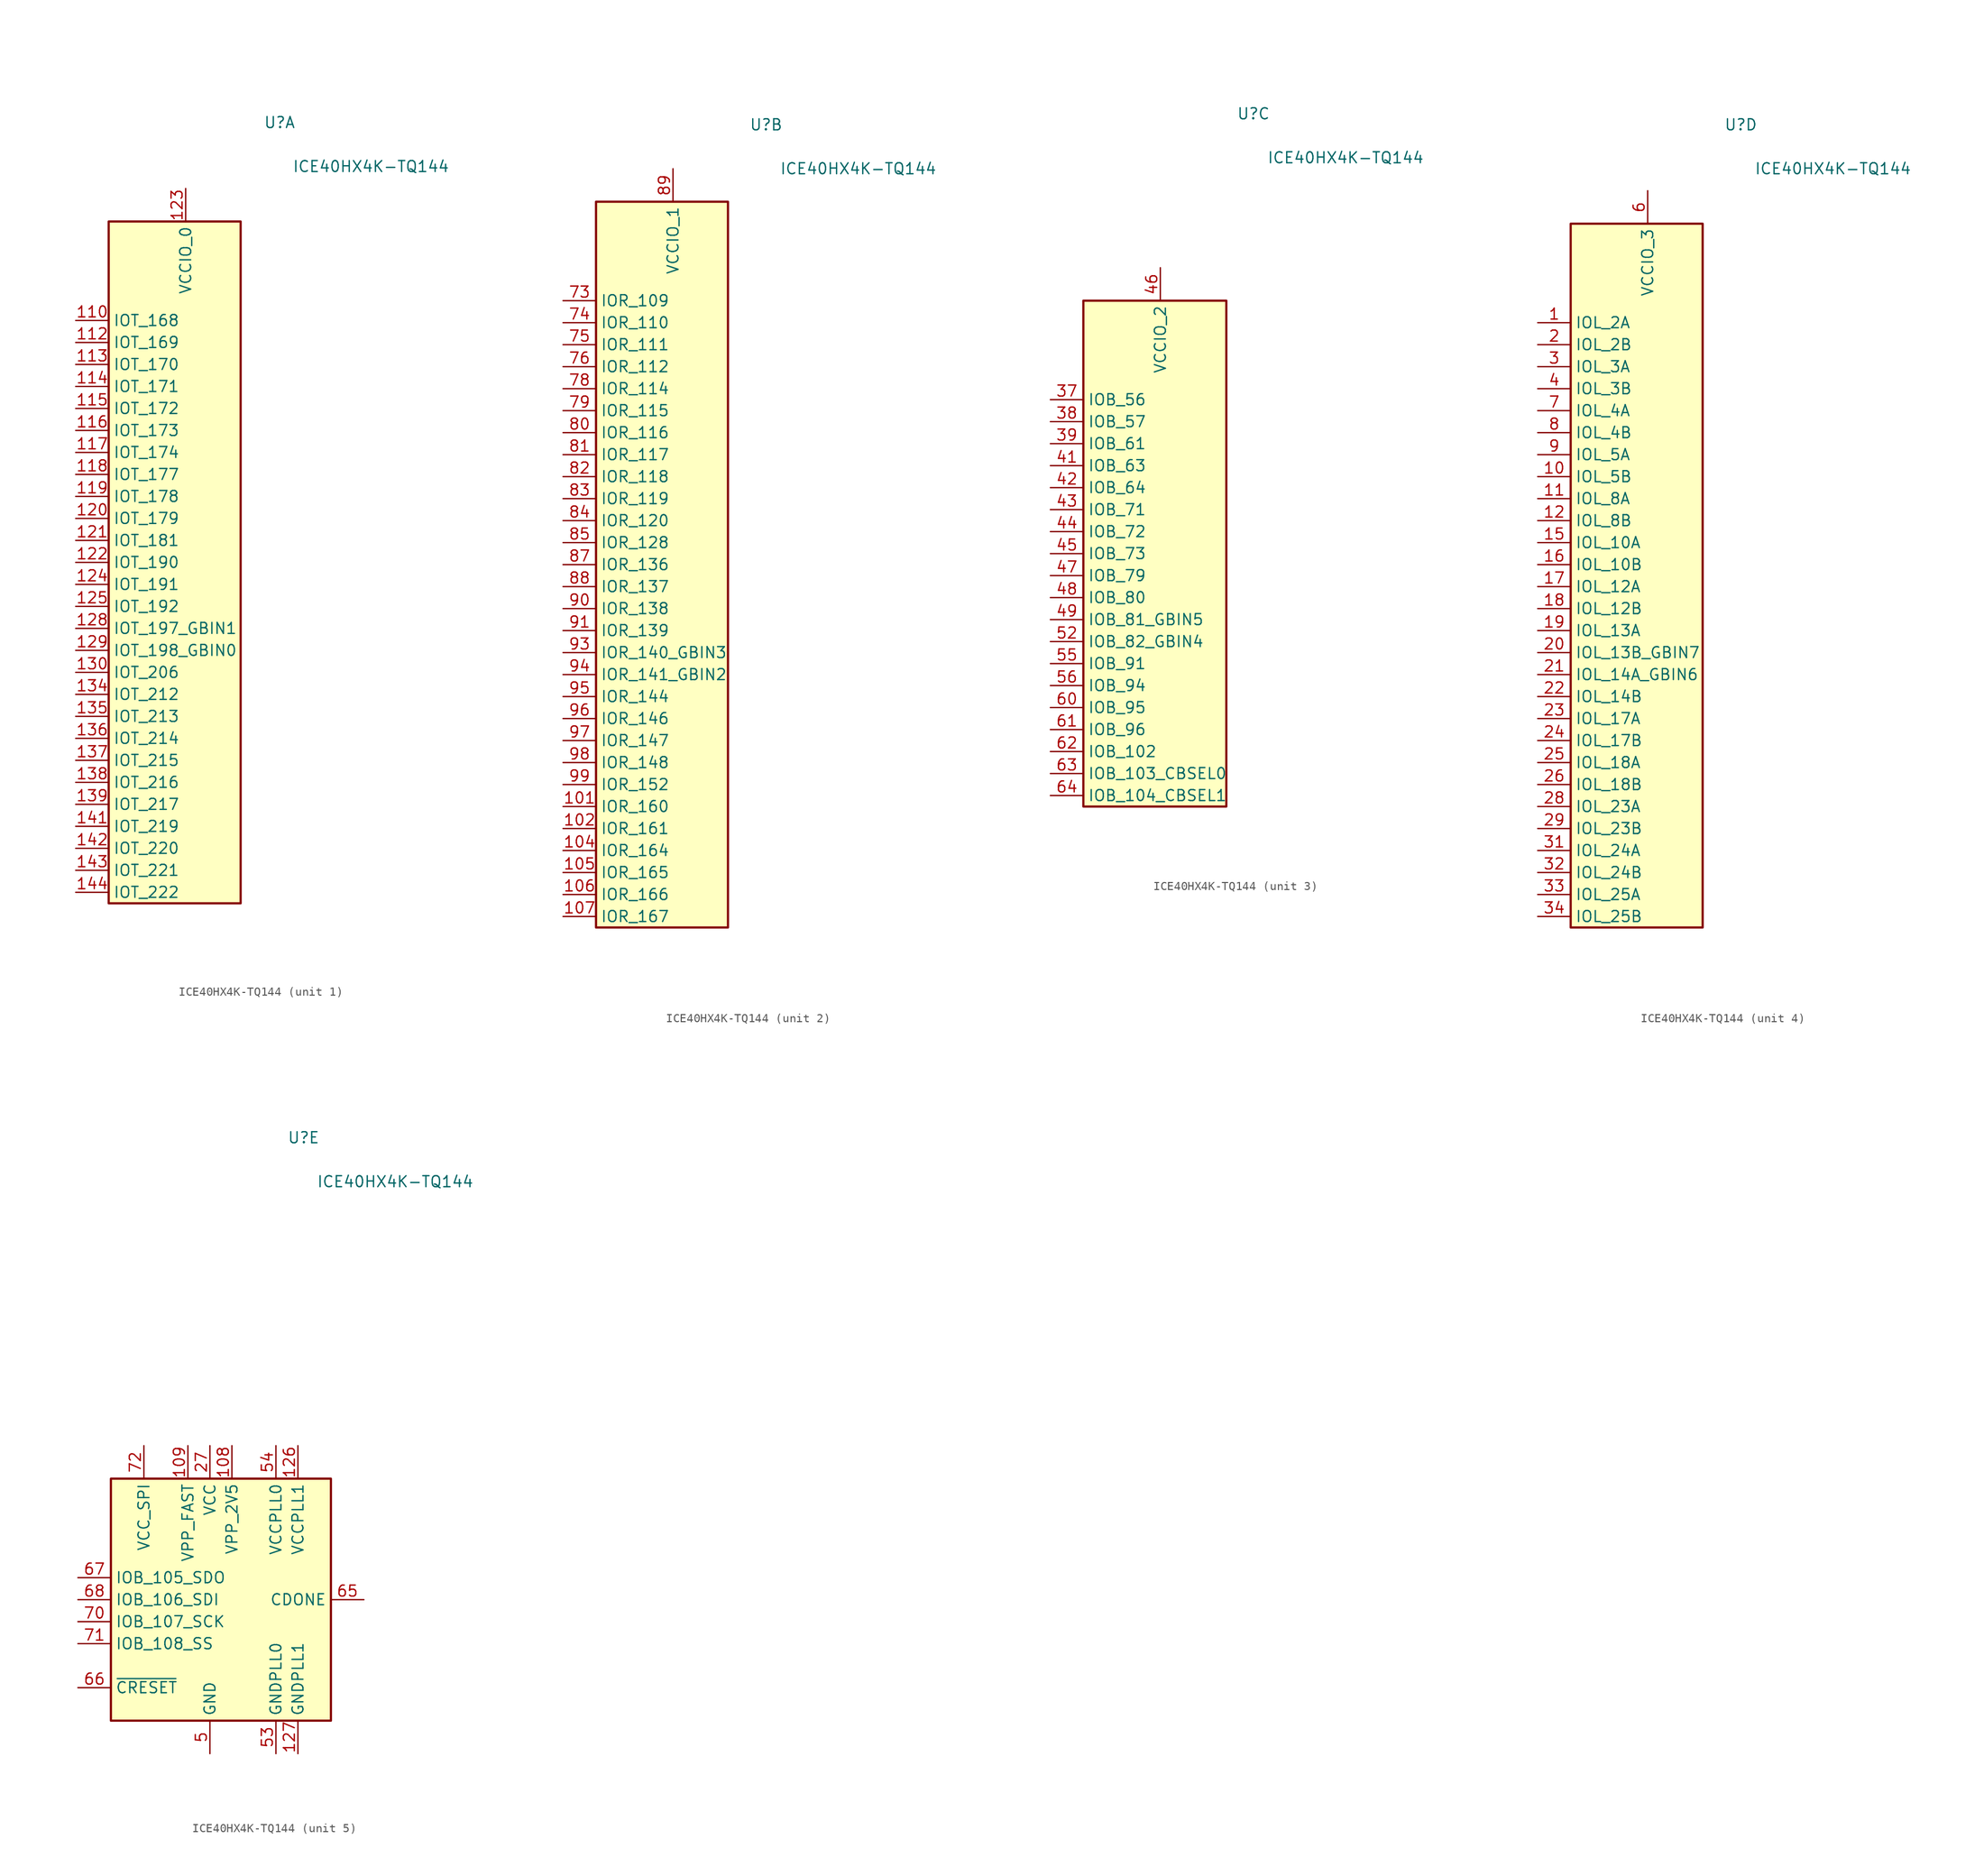
<source format=kicad_sym>
(kicad_symbol_lib
  (version 20201005)
  (generator kicad_symbol_editor)
  (symbol "FPGA_Lattice:ICE40HX4K-TQ144"
    (property "Reference" "U"
      (at 12.7 53.34 0)
      (effects (font (size 1.27 1.27)) (justify right)))
    (property "Value" "ICE40HX4K-TQ144"
      (at 30.48 48.26 0)
      (effects (font (size 1.27 1.27)) (justify right)))
    (property "ki_locked" ""
      (at 0 0 0)
      (effects (font (size 1.27 1.27))))
    (symbol "ICE40HX4K-TQ144_1_1"
      (rectangle (start -8.89 41.91) (end 6.35 -36.83) (stroke (width 0.254)) (fill (type background)))
      (pin bidirectional line (at -12.7 30.48 0) (length 3.81) (name "IOT_168" (effects (font (size 1.27 1.27)))) (number "110" (effects (font (size 1.27 1.27)))))
      (pin bidirectional line (at -12.7 27.94 0) (length 3.81) (name "IOT_169" (effects (font (size 1.27 1.27)))) (number "112" (effects (font (size 1.27 1.27)))))
      (pin bidirectional line (at -12.7 25.4 0) (length 3.81) (name "IOT_170" (effects (font (size 1.27 1.27)))) (number "113" (effects (font (size 1.27 1.27)))))
      (pin bidirectional line (at -12.7 22.86 0) (length 3.81) (name "IOT_171" (effects (font (size 1.27 1.27)))) (number "114" (effects (font (size 1.27 1.27)))))
      (pin bidirectional line (at -12.7 20.32 0) (length 3.81) (name "IOT_172" (effects (font (size 1.27 1.27)))) (number "115" (effects (font (size 1.27 1.27)))))
      (pin bidirectional line (at -12.7 17.78 0) (length 3.81) (name "IOT_173" (effects (font (size 1.27 1.27)))) (number "116" (effects (font (size 1.27 1.27)))))
      (pin bidirectional line (at -12.7 15.24 0) (length 3.81) (name "IOT_174" (effects (font (size 1.27 1.27)))) (number "117" (effects (font (size 1.27 1.27)))))
      (pin bidirectional line (at -12.7 12.7 0) (length 3.81) (name "IOT_177" (effects (font (size 1.27 1.27)))) (number "118" (effects (font (size 1.27 1.27)))))
      (pin bidirectional line (at -12.7 10.16 0) (length 3.81) (name "IOT_178" (effects (font (size 1.27 1.27)))) (number "119" (effects (font (size 1.27 1.27)))))
      (pin bidirectional line (at -12.7 7.62 0) (length 3.81) (name "IOT_179" (effects (font (size 1.27 1.27)))) (number "120" (effects (font (size 1.27 1.27)))))
      (pin bidirectional line (at -12.7 5.08 0) (length 3.81) (name "IOT_181" (effects (font (size 1.27 1.27)))) (number "121" (effects (font (size 1.27 1.27)))))
      (pin bidirectional line (at -12.7 2.54 0) (length 3.81) (name "IOT_190" (effects (font (size 1.27 1.27)))) (number "122" (effects (font (size 1.27 1.27)))))
      (pin power_in line (at 0 45.72 270) (length 3.81) (name "VCCIO_0" (effects (font (size 1.27 1.27)))) (number "123" (effects (font (size 1.27 1.27)))))
      (pin bidirectional line (at -12.7 0 0) (length 3.81) (name "IOT_191" (effects (font (size 1.27 1.27)))) (number "124" (effects (font (size 1.27 1.27)))))
      (pin bidirectional line (at -12.7 -2.54 0) (length 3.81) (name "IOT_192" (effects (font (size 1.27 1.27)))) (number "125" (effects (font (size 1.27 1.27)))))
      (pin bidirectional line (at -12.7 -5.08 0) (length 3.81) (name "IOT_197_GBIN1" (effects (font (size 1.27 1.27)))) (number "128" (effects (font (size 1.27 1.27)))))
      (pin bidirectional line (at -12.7 -7.62 0) (length 3.81) (name "IOT_198_GBIN0" (effects (font (size 1.27 1.27)))) (number "129" (effects (font (size 1.27 1.27)))))
      (pin bidirectional line (at -12.7 -10.16 0) (length 3.81) (name "IOT_206" (effects (font (size 1.27 1.27)))) (number "130" (effects (font (size 1.27 1.27)))))
      (pin passive line (at 0 45.72 270) (length 3.81) hide (name "VCCIO_0" (effects (font (size 1.27 1.27)))) (number "131" (effects (font (size 1.27 1.27)))))
      (pin bidirectional line (at -12.7 -12.7 0) (length 3.81) (name "IOT_212" (effects (font (size 1.27 1.27)))) (number "134" (effects (font (size 1.27 1.27)))))
      (pin bidirectional line (at -12.7 -15.24 0) (length 3.81) (name "IOT_213" (effects (font (size 1.27 1.27)))) (number "135" (effects (font (size 1.27 1.27)))))
      (pin bidirectional line (at -12.7 -17.78 0) (length 3.81) (name "IOT_214" (effects (font (size 1.27 1.27)))) (number "136" (effects (font (size 1.27 1.27)))))
      (pin bidirectional line (at -12.7 -20.32 0) (length 3.81) (name "IOT_215" (effects (font (size 1.27 1.27)))) (number "137" (effects (font (size 1.27 1.27)))))
      (pin bidirectional line (at -12.7 -22.86 0) (length 3.81) (name "IOT_216" (effects (font (size 1.27 1.27)))) (number "138" (effects (font (size 1.27 1.27)))))
      (pin bidirectional line (at -12.7 -25.4 0) (length 3.81) (name "IOT_217" (effects (font (size 1.27 1.27)))) (number "139" (effects (font (size 1.27 1.27)))))
      (pin bidirectional line (at -12.7 -27.94 0) (length 3.81) (name "IOT_219" (effects (font (size 1.27 1.27)))) (number "141" (effects (font (size 1.27 1.27)))))
      (pin bidirectional line (at -12.7 -30.48 0) (length 3.81) (name "IOT_220" (effects (font (size 1.27 1.27)))) (number "142" (effects (font (size 1.27 1.27)))))
      (pin bidirectional line (at -12.7 -33.02 0) (length 3.81) (name "IOT_221" (effects (font (size 1.27 1.27)))) (number "143" (effects (font (size 1.27 1.27)))))
      (pin bidirectional line (at -12.7 -35.56 0) (length 3.81) (name "IOT_222" (effects (font (size 1.27 1.27)))) (number "144" (effects (font (size 1.27 1.27))))))
    (symbol "ICE40HX4K-TQ144_2_1"
      (rectangle (start -8.89 44.45) (end 6.35 -39.37) (stroke (width 0.254)) (fill (type background)))
      (pin passive line (at 0 48.26 270) (length 3.81) hide (name "VCCIO_1" (effects (font (size 1.27 1.27)))) (number "100" (effects (font (size 1.27 1.27)))))
      (pin bidirectional line (at -12.7 -25.4 0) (length 3.81) (name "IOR_160" (effects (font (size 1.27 1.27)))) (number "101" (effects (font (size 1.27 1.27)))))
      (pin bidirectional line (at -12.7 -27.94 0) (length 3.81) (name "IOR_161" (effects (font (size 1.27 1.27)))) (number "102" (effects (font (size 1.27 1.27)))))
      (pin bidirectional line (at -12.7 -30.48 0) (length 3.81) (name "IOR_164" (effects (font (size 1.27 1.27)))) (number "104" (effects (font (size 1.27 1.27)))))
      (pin bidirectional line (at -12.7 -33.02 0) (length 3.81) (name "IOR_165" (effects (font (size 1.27 1.27)))) (number "105" (effects (font (size 1.27 1.27)))))
      (pin bidirectional line (at -12.7 -35.56 0) (length 3.81) (name "IOR_166" (effects (font (size 1.27 1.27)))) (number "106" (effects (font (size 1.27 1.27)))))
      (pin bidirectional line (at -12.7 -38.1 0) (length 3.81) (name "IOR_167" (effects (font (size 1.27 1.27)))) (number "107" (effects (font (size 1.27 1.27)))))
      (pin bidirectional line (at -12.7 33.02 0) (length 3.81) (name "IOR_109" (effects (font (size 1.27 1.27)))) (number "73" (effects (font (size 1.27 1.27)))))
      (pin bidirectional line (at -12.7 30.48 0) (length 3.81) (name "IOR_110" (effects (font (size 1.27 1.27)))) (number "74" (effects (font (size 1.27 1.27)))))
      (pin bidirectional line (at -12.7 27.94 0) (length 3.81) (name "IOR_111" (effects (font (size 1.27 1.27)))) (number "75" (effects (font (size 1.27 1.27)))))
      (pin bidirectional line (at -12.7 25.4 0) (length 3.81) (name "IOR_112" (effects (font (size 1.27 1.27)))) (number "76" (effects (font (size 1.27 1.27)))))
      (pin bidirectional line (at -12.7 22.86 0) (length 3.81) (name "IOR_114" (effects (font (size 1.27 1.27)))) (number "78" (effects (font (size 1.27 1.27)))))
      (pin bidirectional line (at -12.7 20.32 0) (length 3.81) (name "IOR_115" (effects (font (size 1.27 1.27)))) (number "79" (effects (font (size 1.27 1.27)))))
      (pin bidirectional line (at -12.7 17.78 0) (length 3.81) (name "IOR_116" (effects (font (size 1.27 1.27)))) (number "80" (effects (font (size 1.27 1.27)))))
      (pin bidirectional line (at -12.7 15.24 0) (length 3.81) (name "IOR_117" (effects (font (size 1.27 1.27)))) (number "81" (effects (font (size 1.27 1.27)))))
      (pin bidirectional line (at -12.7 12.7 0) (length 3.81) (name "IOR_118" (effects (font (size 1.27 1.27)))) (number "82" (effects (font (size 1.27 1.27)))))
      (pin bidirectional line (at -12.7 10.16 0) (length 3.81) (name "IOR_119" (effects (font (size 1.27 1.27)))) (number "83" (effects (font (size 1.27 1.27)))))
      (pin bidirectional line (at -12.7 7.62 0) (length 3.81) (name "IOR_120" (effects (font (size 1.27 1.27)))) (number "84" (effects (font (size 1.27 1.27)))))
      (pin bidirectional line (at -12.7 5.08 0) (length 3.81) (name "IOR_128" (effects (font (size 1.27 1.27)))) (number "85" (effects (font (size 1.27 1.27)))))
      (pin bidirectional line (at -12.7 2.54 0) (length 3.81) (name "IOR_136" (effects (font (size 1.27 1.27)))) (number "87" (effects (font (size 1.27 1.27)))))
      (pin bidirectional line (at -12.7 0 0) (length 3.81) (name "IOR_137" (effects (font (size 1.27 1.27)))) (number "88" (effects (font (size 1.27 1.27)))))
      (pin power_in line (at 0 48.26 270) (length 3.81) (name "VCCIO_1" (effects (font (size 1.27 1.27)))) (number "89" (effects (font (size 1.27 1.27)))))
      (pin bidirectional line (at -12.7 -2.54 0) (length 3.81) (name "IOR_138" (effects (font (size 1.27 1.27)))) (number "90" (effects (font (size 1.27 1.27)))))
      (pin bidirectional line (at -12.7 -5.08 0) (length 3.81) (name "IOR_139" (effects (font (size 1.27 1.27)))) (number "91" (effects (font (size 1.27 1.27)))))
      (pin bidirectional line (at -12.7 -7.62 0) (length 3.81) (name "IOR_140_GBIN3" (effects (font (size 1.27 1.27)))) (number "93" (effects (font (size 1.27 1.27)))))
      (pin bidirectional line (at -12.7 -10.16 0) (length 3.81) (name "IOR_141_GBIN2" (effects (font (size 1.27 1.27)))) (number "94" (effects (font (size 1.27 1.27)))))
      (pin bidirectional line (at -12.7 -12.7 0) (length 3.81) (name "IOR_144" (effects (font (size 1.27 1.27)))) (number "95" (effects (font (size 1.27 1.27)))))
      (pin bidirectional line (at -12.7 -15.24 0) (length 3.81) (name "IOR_146" (effects (font (size 1.27 1.27)))) (number "96" (effects (font (size 1.27 1.27)))))
      (pin bidirectional line (at -12.7 -17.78 0) (length 3.81) (name "IOR_147" (effects (font (size 1.27 1.27)))) (number "97" (effects (font (size 1.27 1.27)))))
      (pin bidirectional line (at -12.7 -20.32 0) (length 3.81) (name "IOR_148" (effects (font (size 1.27 1.27)))) (number "98" (effects (font (size 1.27 1.27)))))
      (pin bidirectional line (at -12.7 -22.86 0) (length 3.81) (name "IOR_152" (effects (font (size 1.27 1.27)))) (number "99" (effects (font (size 1.27 1.27))))))
    (symbol "ICE40HX4K-TQ144_3_1"
      (rectangle (start -8.89 31.75) (end 7.62 -26.67) (stroke (width 0.254)) (fill (type background)))
      (pin bidirectional line (at -12.7 20.32 0) (length 3.81) (name "IOB_56" (effects (font (size 1.27 1.27)))) (number "37" (effects (font (size 1.27 1.27)))))
      (pin bidirectional line (at -12.7 17.78 0) (length 3.81) (name "IOB_57" (effects (font (size 1.27 1.27)))) (number "38" (effects (font (size 1.27 1.27)))))
      (pin bidirectional line (at -12.7 15.24 0) (length 3.81) (name "IOB_61" (effects (font (size 1.27 1.27)))) (number "39" (effects (font (size 1.27 1.27)))))
      (pin bidirectional line (at -12.7 12.7 0) (length 3.81) (name "IOB_63" (effects (font (size 1.27 1.27)))) (number "41" (effects (font (size 1.27 1.27)))))
      (pin bidirectional line (at -12.7 10.16 0) (length 3.81) (name "IOB_64" (effects (font (size 1.27 1.27)))) (number "42" (effects (font (size 1.27 1.27)))))
      (pin bidirectional line (at -12.7 7.62 0) (length 3.81) (name "IOB_71" (effects (font (size 1.27 1.27)))) (number "43" (effects (font (size 1.27 1.27)))))
      (pin bidirectional line (at -12.7 5.08 0) (length 3.81) (name "IOB_72" (effects (font (size 1.27 1.27)))) (number "44" (effects (font (size 1.27 1.27)))))
      (pin bidirectional line (at -12.7 2.54 0) (length 3.81) (name "IOB_73" (effects (font (size 1.27 1.27)))) (number "45" (effects (font (size 1.27 1.27)))))
      (pin power_in line (at 0 35.56 270) (length 3.81) (name "VCCIO_2" (effects (font (size 1.27 1.27)))) (number "46" (effects (font (size 1.27 1.27)))))
      (pin bidirectional line (at -12.7 0 0) (length 3.81) (name "IOB_79" (effects (font (size 1.27 1.27)))) (number "47" (effects (font (size 1.27 1.27)))))
      (pin bidirectional line (at -12.7 -2.54 0) (length 3.81) (name "IOB_80" (effects (font (size 1.27 1.27)))) (number "48" (effects (font (size 1.27 1.27)))))
      (pin bidirectional line (at -12.7 -5.08 0) (length 3.81) (name "IOB_81_GBIN5" (effects (font (size 1.27 1.27)))) (number "49" (effects (font (size 1.27 1.27)))))
      (pin bidirectional line (at -12.7 -7.62 0) (length 3.81) (name "IOB_82_GBIN4" (effects (font (size 1.27 1.27)))) (number "52" (effects (font (size 1.27 1.27)))))
      (pin bidirectional line (at -12.7 -10.16 0) (length 3.81) (name "IOB_91" (effects (font (size 1.27 1.27)))) (number "55" (effects (font (size 1.27 1.27)))))
      (pin bidirectional line (at -12.7 -12.7 0) (length 3.81) (name "IOB_94" (effects (font (size 1.27 1.27)))) (number "56" (effects (font (size 1.27 1.27)))))
      (pin passive line (at 0 35.56 270) (length 3.81) hide (name "VCCIO_2" (effects (font (size 1.27 1.27)))) (number "57" (effects (font (size 1.27 1.27)))))
      (pin bidirectional line (at -12.7 -15.24 0) (length 3.81) (name "IOB_95" (effects (font (size 1.27 1.27)))) (number "60" (effects (font (size 1.27 1.27)))))
      (pin bidirectional line (at -12.7 -17.78 0) (length 3.81) (name "IOB_96" (effects (font (size 1.27 1.27)))) (number "61" (effects (font (size 1.27 1.27)))))
      (pin bidirectional line (at -12.7 -20.32 0) (length 3.81) (name "IOB_102" (effects (font (size 1.27 1.27)))) (number "62" (effects (font (size 1.27 1.27)))))
      (pin bidirectional line (at -12.7 -22.86 0) (length 3.81) (name "IOB_103_CBSEL0" (effects (font (size 1.27 1.27)))) (number "63" (effects (font (size 1.27 1.27)))))
      (pin bidirectional line (at -12.7 -25.4 0) (length 3.81) (name "IOB_104_CBSEL1" (effects (font (size 1.27 1.27)))) (number "64" (effects (font (size 1.27 1.27))))))
    (symbol "ICE40HX4K-TQ144_4_1"
      (rectangle (start -8.89 41.91) (end 6.35 -39.37) (stroke (width 0.254)) (fill (type background)))
      (pin bidirectional line (at -12.7 30.48 0) (length 3.81) (name "IOL_2A" (effects (font (size 1.27 1.27)))) (number "1" (effects (font (size 1.27 1.27)))))
      (pin bidirectional line (at -12.7 12.7 0) (length 3.81) (name "IOL_5B" (effects (font (size 1.27 1.27)))) (number "10" (effects (font (size 1.27 1.27)))))
      (pin bidirectional line (at -12.7 10.16 0) (length 3.81) (name "IOL_8A" (effects (font (size 1.27 1.27)))) (number "11" (effects (font (size 1.27 1.27)))))
      (pin bidirectional line (at -12.7 7.62 0) (length 3.81) (name "IOL_8B" (effects (font (size 1.27 1.27)))) (number "12" (effects (font (size 1.27 1.27)))))
      (pin bidirectional line (at -12.7 5.08 0) (length 3.81) (name "IOL_10A" (effects (font (size 1.27 1.27)))) (number "15" (effects (font (size 1.27 1.27)))))
      (pin bidirectional line (at -12.7 2.54 0) (length 3.81) (name "IOL_10B" (effects (font (size 1.27 1.27)))) (number "16" (effects (font (size 1.27 1.27)))))
      (pin bidirectional line (at -12.7 0 0) (length 3.81) (name "IOL_12A" (effects (font (size 1.27 1.27)))) (number "17" (effects (font (size 1.27 1.27)))))
      (pin bidirectional line (at -12.7 -2.54 0) (length 3.81) (name "IOL_12B" (effects (font (size 1.27 1.27)))) (number "18" (effects (font (size 1.27 1.27)))))
      (pin bidirectional line (at -12.7 -5.08 0) (length 3.81) (name "IOL_13A" (effects (font (size 1.27 1.27)))) (number "19" (effects (font (size 1.27 1.27)))))
      (pin bidirectional line (at -12.7 27.94 0) (length 3.81) (name "IOL_2B" (effects (font (size 1.27 1.27)))) (number "2" (effects (font (size 1.27 1.27)))))
      (pin bidirectional line (at -12.7 -7.62 0) (length 3.81) (name "IOL_13B_GBIN7" (effects (font (size 1.27 1.27)))) (number "20" (effects (font (size 1.27 1.27)))))
      (pin bidirectional line (at -12.7 -10.16 0) (length 3.81) (name "IOL_14A_GBIN6" (effects (font (size 1.27 1.27)))) (number "21" (effects (font (size 1.27 1.27)))))
      (pin bidirectional line (at -12.7 -12.7 0) (length 3.81) (name "IOL_14B" (effects (font (size 1.27 1.27)))) (number "22" (effects (font (size 1.27 1.27)))))
      (pin bidirectional line (at -12.7 -15.24 0) (length 3.81) (name "IOL_17A" (effects (font (size 1.27 1.27)))) (number "23" (effects (font (size 1.27 1.27)))))
      (pin bidirectional line (at -12.7 -17.78 0) (length 3.81) (name "IOL_17B" (effects (font (size 1.27 1.27)))) (number "24" (effects (font (size 1.27 1.27)))))
      (pin bidirectional line (at -12.7 -20.32 0) (length 3.81) (name "IOL_18A" (effects (font (size 1.27 1.27)))) (number "25" (effects (font (size 1.27 1.27)))))
      (pin bidirectional line (at -12.7 -22.86 0) (length 3.81) (name "IOL_18B" (effects (font (size 1.27 1.27)))) (number "26" (effects (font (size 1.27 1.27)))))
      (pin bidirectional line (at -12.7 -25.4 0) (length 3.81) (name "IOL_23A" (effects (font (size 1.27 1.27)))) (number "28" (effects (font (size 1.27 1.27)))))
      (pin bidirectional line (at -12.7 -27.94 0) (length 3.81) (name "IOL_23B" (effects (font (size 1.27 1.27)))) (number "29" (effects (font (size 1.27 1.27)))))
      (pin bidirectional line (at -12.7 25.4 0) (length 3.81) (name "IOL_3A" (effects (font (size 1.27 1.27)))) (number "3" (effects (font (size 1.27 1.27)))))
      (pin passive line (at 0 45.72 270) (length 3.81) hide (name "VCCIO_3" (effects (font (size 1.27 1.27)))) (number "30" (effects (font (size 1.27 1.27)))))
      (pin bidirectional line (at -12.7 -30.48 0) (length 3.81) (name "IOL_24A" (effects (font (size 1.27 1.27)))) (number "31" (effects (font (size 1.27 1.27)))))
      (pin bidirectional line (at -12.7 -33.02 0) (length 3.81) (name "IOL_24B" (effects (font (size 1.27 1.27)))) (number "32" (effects (font (size 1.27 1.27)))))
      (pin bidirectional line (at -12.7 -35.56 0) (length 3.81) (name "IOL_25A" (effects (font (size 1.27 1.27)))) (number "33" (effects (font (size 1.27 1.27)))))
      (pin bidirectional line (at -12.7 -38.1 0) (length 3.81) (name "IOL_25B" (effects (font (size 1.27 1.27)))) (number "34" (effects (font (size 1.27 1.27)))))
      (pin bidirectional line (at -12.7 22.86 0) (length 3.81) (name "IOL_3B" (effects (font (size 1.27 1.27)))) (number "4" (effects (font (size 1.27 1.27)))))
      (pin power_in line (at 0 45.72 270) (length 3.81) (name "VCCIO_3" (effects (font (size 1.27 1.27)))) (number "6" (effects (font (size 1.27 1.27)))))
      (pin bidirectional line (at -12.7 20.32 0) (length 3.81) (name "IOL_4A" (effects (font (size 1.27 1.27)))) (number "7" (effects (font (size 1.27 1.27)))))
      (pin bidirectional line (at -12.7 17.78 0) (length 3.81) (name "IOL_4B" (effects (font (size 1.27 1.27)))) (number "8" (effects (font (size 1.27 1.27)))))
      (pin bidirectional line (at -12.7 15.24 0) (length 3.81) (name "IOL_5A" (effects (font (size 1.27 1.27)))) (number "9" (effects (font (size 1.27 1.27))))))
    (symbol "ICE40HX4K-TQ144_5_1"
      (rectangle (start -11.43 13.97) (end 13.97 -13.97) (stroke (width 0.254)) (fill (type background)))
      (pin passive line (at 0 -17.78 90) (length 3.81) hide (name "GND" (effects (font (size 1.27 1.27)))) (number "103" (effects (font (size 1.27 1.27)))))
      (pin power_in line (at 2.54 17.78 270) (length 3.81) (name "VPP_2V5" (effects (font (size 1.27 1.27)))) (number "108" (effects (font (size 1.27 1.27)))))
      (pin power_in line (at -2.54 17.78 270) (length 3.81) (name "VPP_FAST" (effects (font (size 1.27 1.27)))) (number "109" (effects (font (size 1.27 1.27)))))
      (pin passive line (at 0 17.78 270) (length 3.81) hide (name "VCC" (effects (font (size 1.27 1.27)))) (number "111" (effects (font (size 1.27 1.27)))))
      (pin power_in line (at 10.16 17.78 270) (length 3.81) (name "VCCPLL1" (effects (font (size 1.27 1.27)))) (number "126" (effects (font (size 1.27 1.27)))))
      (pin power_in line (at 10.16 -17.78 90) (length 3.81) (name "GNDPLL1" (effects (font (size 1.27 1.27)))) (number "127" (effects (font (size 1.27 1.27)))))
      (pin passive line (at 0 -17.78 90) (length 3.81) hide (name "GND" (effects (font (size 1.27 1.27)))) (number "13" (effects (font (size 1.27 1.27)))))
      (pin passive line (at 0 -17.78 90) (length 3.81) hide (name "GND" (effects (font (size 1.27 1.27)))) (number "132" (effects (font (size 1.27 1.27)))))
      (pin no_connect line (at 12.7 -10.16 180) (length 3.81) hide (name "NC" (effects (font (size 1.27 1.27)))) (number "133" (effects (font (size 1.27 1.27)))))
      (pin passive line (at 0 -17.78 90) (length 3.81) hide (name "GND" (effects (font (size 1.27 1.27)))) (number "14" (effects (font (size 1.27 1.27)))))
      (pin passive line (at 0 -17.78 90) (length 3.81) hide (name "GND" (effects (font (size 1.27 1.27)))) (number "140" (effects (font (size 1.27 1.27)))))
      (pin power_in line (at 0 17.78 270) (length 3.81) (name "VCC" (effects (font (size 1.27 1.27)))) (number "27" (effects (font (size 1.27 1.27)))))
      (pin no_connect line (at 12.7 5.08 180) (length 3.81) hide (name "NC" (effects (font (size 1.27 1.27)))) (number "35" (effects (font (size 1.27 1.27)))))
      (pin no_connect line (at 12.7 2.54 180) (length 3.81) hide (name "NC" (effects (font (size 1.27 1.27)))) (number "36" (effects (font (size 1.27 1.27)))))
      (pin passive line (at 0 17.78 270) (length 3.81) hide (name "VCC" (effects (font (size 1.27 1.27)))) (number "40" (effects (font (size 1.27 1.27)))))
      (pin power_in line (at 0 -17.78 90) (length 3.81) (name "GND" (effects (font (size 1.27 1.27)))) (number "5" (effects (font (size 1.27 1.27)))))
      (pin no_connect line (at 12.7 -2.54 180) (length 3.81) hide (name "NC" (effects (font (size 1.27 1.27)))) (number "50" (effects (font (size 1.27 1.27)))))
      (pin no_connect line (at 12.7 -5.08 180) (length 3.81) hide (name "NC" (effects (font (size 1.27 1.27)))) (number "51" (effects (font (size 1.27 1.27)))))
      (pin power_in line (at 7.62 -17.78 90) (length 3.81) (name "GNDPLL0" (effects (font (size 1.27 1.27)))) (number "53" (effects (font (size 1.27 1.27)))))
      (pin power_in line (at 7.62 17.78 270) (length 3.81) (name "VCCPLL0" (effects (font (size 1.27 1.27)))) (number "54" (effects (font (size 1.27 1.27)))))
      (pin no_connect line (at 12.7 -7.62 180) (length 3.81) hide (name "NC" (effects (font (size 1.27 1.27)))) (number "58" (effects (font (size 1.27 1.27)))))
      (pin passive line (at 0 -17.78 90) (length 3.81) hide (name "GND" (effects (font (size 1.27 1.27)))) (number "59" (effects (font (size 1.27 1.27)))))
      (pin open_collector line (at 17.78 0 180) (length 3.81) (name "CDONE" (effects (font (size 1.27 1.27)))) (number "65" (effects (font (size 1.27 1.27)))))
      (pin input line (at -15.24 -10.16 0) (length 3.81) (name "~CRESET" (effects (font (size 1.27 1.27)))) (number "66" (effects (font (size 1.27 1.27)))))
      (pin bidirectional line (at -15.24 2.54 0) (length 3.81) (name "IOB_105_SDO" (effects (font (size 1.27 1.27)))) (number "67" (effects (font (size 1.27 1.27)))))
      (pin bidirectional line (at -15.24 0 0) (length 3.81) (name "IOB_106_SDI" (effects (font (size 1.27 1.27)))) (number "68" (effects (font (size 1.27 1.27)))))
      (pin passive line (at 0 -17.78 90) (length 3.81) hide (name "GND" (effects (font (size 1.27 1.27)))) (number "69" (effects (font (size 1.27 1.27)))))
      (pin bidirectional line (at -15.24 -2.54 0) (length 3.81) (name "IOB_107_SCK" (effects (font (size 1.27 1.27)))) (number "70" (effects (font (size 1.27 1.27)))))
      (pin bidirectional line (at -15.24 -5.08 0) (length 3.81) (name "IOB_108_SS" (effects (font (size 1.27 1.27)))) (number "71" (effects (font (size 1.27 1.27)))))
      (pin power_in line (at -7.62 17.78 270) (length 3.81) (name "VCC_SPI" (effects (font (size 1.27 1.27)))) (number "72" (effects (font (size 1.27 1.27)))))
      (pin no_connect line (at 12.7 7.62 180) (length 3.81) hide (name "NC" (effects (font (size 1.27 1.27)))) (number "77" (effects (font (size 1.27 1.27)))))
      (pin passive line (at 0 -17.78 90) (length 3.81) hide (name "GND" (effects (font (size 1.27 1.27)))) (number "86" (effects (font (size 1.27 1.27)))))
      (pin passive line (at 0 17.78 270) (length 3.81) hide (name "VCC" (effects (font (size 1.27 1.27)))) (number "92" (effects (font (size 1.27 1.27))))))))
</source>
